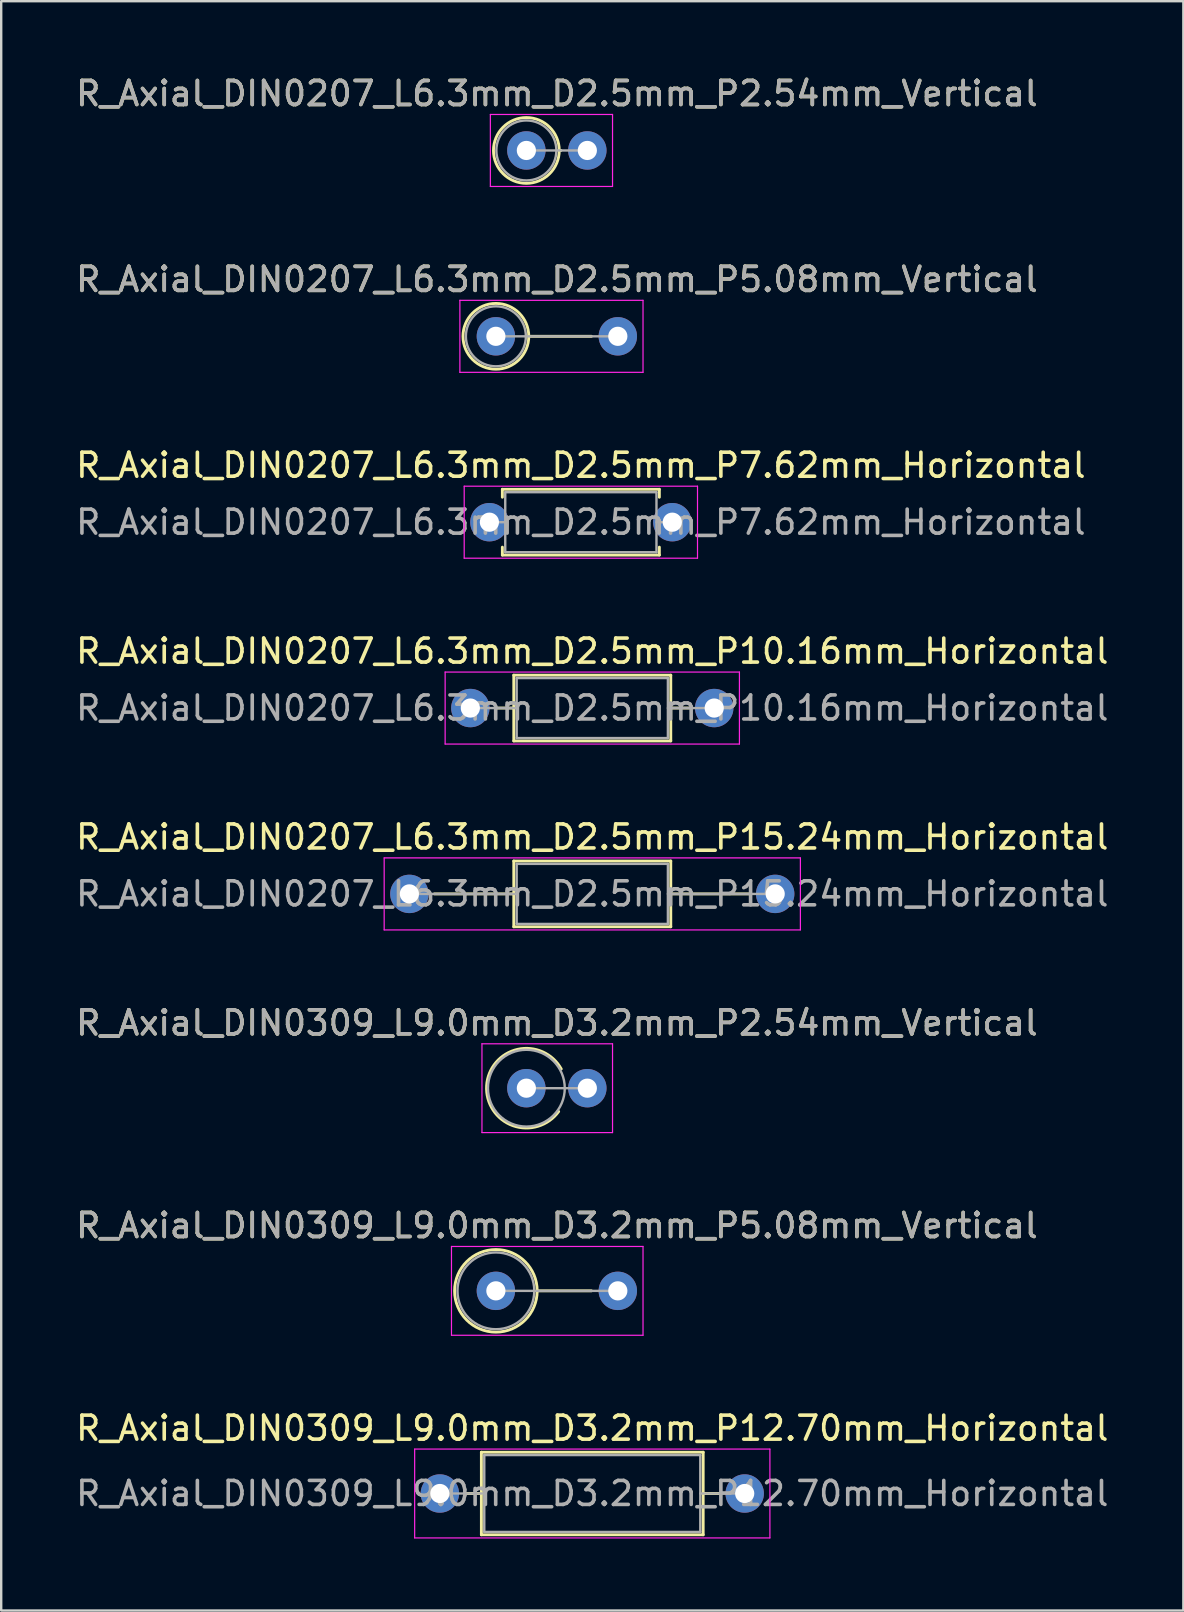
<source format=kicad_pcb>
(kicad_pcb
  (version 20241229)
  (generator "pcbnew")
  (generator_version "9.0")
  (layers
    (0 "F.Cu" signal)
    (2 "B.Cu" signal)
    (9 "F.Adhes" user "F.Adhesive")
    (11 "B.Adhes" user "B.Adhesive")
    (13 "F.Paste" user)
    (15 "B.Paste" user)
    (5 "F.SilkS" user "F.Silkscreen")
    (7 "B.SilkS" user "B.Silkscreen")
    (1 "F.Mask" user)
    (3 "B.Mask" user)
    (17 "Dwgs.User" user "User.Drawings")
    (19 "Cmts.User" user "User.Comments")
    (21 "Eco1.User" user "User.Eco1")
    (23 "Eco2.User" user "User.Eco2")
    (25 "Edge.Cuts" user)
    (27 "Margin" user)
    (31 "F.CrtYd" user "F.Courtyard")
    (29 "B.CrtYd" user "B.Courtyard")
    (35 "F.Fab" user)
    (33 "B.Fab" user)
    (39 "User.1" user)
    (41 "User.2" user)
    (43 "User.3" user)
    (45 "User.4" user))
  (footprint "R_Axial_DIN0207_L6.3mm_D2.5mm_P7.62mm_Horizontal"
    (layer "F.Cu")
    (at 17.339 18.705)
    (property "Reference" "R_Axial_DIN0207_L6.3mm_D2.5mm_P7.62mm_Horizontal" (at 3.81 -2.37 0) (layer "F.SilkS") (effects (font (size 1 1) (thickness 0.15))))
    (attr through_hole)
    (fp_line (start 0.54 -1.37) (end 7.08 -1.37) (stroke (width 0.12) (type solid)) (layer "F.SilkS"))
    (fp_line (start 0.54 -1.04) (end 0.54 -1.37) (stroke (width 0.12) (type solid)) (layer "F.SilkS"))
    (fp_line (start 0.54 1.04) (end 0.54 1.37) (stroke (width 0.12) (type solid)) (layer "F.SilkS"))
    (fp_line (start 0.54 1.37) (end 7.08 1.37) (stroke (width 0.12) (type solid)) (layer "F.SilkS"))
    (fp_line (start 7.08 -1.37) (end 7.08 -1.04) (stroke (width 0.12) (type solid)) (layer "F.SilkS"))
    (fp_line (start 7.08 1.37) (end 7.08 1.04) (stroke (width 0.12) (type solid)) (layer "F.SilkS"))
    (fp_line (start -1.05 -1.5) (end -1.05 1.5) (stroke (width 0.05) (type solid)) (layer "F.CrtYd"))
    (fp_line (start -1.05 1.5) (end 8.67 1.5) (stroke (width 0.05) (type solid)) (layer "F.CrtYd"))
    (fp_line (start 8.67 -1.5) (end -1.05 -1.5) (stroke (width 0.05) (type solid)) (layer "F.CrtYd"))
    (fp_line (start 8.67 1.5) (end 8.67 -1.5) (stroke (width 0.05) (type solid)) (layer "F.CrtYd"))
    (fp_line (start 0 0) (end 0.66 0) (stroke (width 0.1) (type solid)) (layer "F.Fab"))
    (fp_line (start 0.66 -1.25) (end 0.66 1.25) (stroke (width 0.1) (type solid)) (layer "F.Fab"))
    (fp_line (start 0.66 1.25) (end 6.96 1.25) (stroke (width 0.1) (type solid)) (layer "F.Fab"))
    (fp_line (start 6.96 -1.25) (end 0.66 -1.25) (stroke (width 0.1) (type solid)) (layer "F.Fab"))
    (fp_line (start 6.96 1.25) (end 6.96 -1.25) (stroke (width 0.1) (type solid)) (layer "F.Fab"))
    (fp_line (start 7.62 0) (end 6.96 0) (stroke (width 0.1) (type solid)) (layer "F.Fab"))
    (fp_text user "${REFERENCE}" (at 3.81 0 0) (layer "F.Fab") (effects (font (size 1 1) (thickness 0.15))))
    (pad "1" thru_hole circle (at 0 0) (size 1.6 1.6) (drill 0.8) (layers "*.Cu" "*.Mask"))
    (pad "2" thru_hole oval (at 7.62 0) (size 1.6 1.6) (drill 0.8) (layers "*.Cu" "*.Mask")))
  (footprint "R_Axial_DIN0207_L6.3mm_D2.5mm_P2.54mm_Vertical"
    (layer "F.Cu")
    (at 18.879 3.218)
    (property "Reference" "R_Axial_DIN0207_L6.3mm_D2.5mm_P2.54mm_Vertical" (at 1.27 -2.37 0) (layer "F.SilkS") (effects (font (size 1 1) (thickness 0.15))))
    (attr through_hole)
    (fp_line (start 1.37 0) (end 1.44 0) (stroke (width 0.12) (type solid)) (layer "F.SilkS"))
    (fp_circle (center 0 0) (end 1.37 0) (stroke (width 0.12) (type solid)) (fill no) (layer "F.SilkS"))
    (fp_line (start -1.5 -1.5) (end -1.5 1.5) (stroke (width 0.05) (type solid)) (layer "F.CrtYd"))
    (fp_line (start -1.5 1.5) (end 3.59 1.5) (stroke (width 0.05) (type solid)) (layer "F.CrtYd"))
    (fp_line (start 3.59 -1.5) (end -1.5 -1.5) (stroke (width 0.05) (type solid)) (layer "F.CrtYd"))
    (fp_line (start 3.59 1.5) (end 3.59 -1.5) (stroke (width 0.05) (type solid)) (layer "F.CrtYd"))
    (fp_line (start 0 0) (end 2.54 0) (stroke (width 0.1) (type solid)) (layer "F.Fab"))
    (fp_circle (center 0 0) (end 1.25 0) (stroke (width 0.1) (type solid)) (fill no) (layer "F.Fab"))
    (fp_text user "${REFERENCE}" (at 1.27 -2.37 0) (layer "F.Fab") (effects (font (size 1 1) (thickness 0.15))))
    (pad "1" thru_hole circle (at 0 0) (size 1.6 1.6) (drill 0.8) (layers "*.Cu" "*.Mask"))
    (pad "2" thru_hole oval (at 2.54 0) (size 1.6 1.6) (drill 0.8) (layers "*.Cu" "*.Mask")))
  (footprint "R_Axial_DIN0207_L6.3mm_D2.5mm_P5.08mm_Vertical"
    (layer "F.Cu")
    (at 17.609 10.961)
    (property "Reference" "R_Axial_DIN0207_L6.3mm_D2.5mm_P5.08mm_Vertical" (at 2.54 -2.37 0) (layer "F.SilkS") (effects (font (size 1 1) (thickness 0.15))))
    (attr through_hole)
    (fp_line (start 1.37 0) (end 3.98 0) (stroke (width 0.12) (type solid)) (layer "F.SilkS"))
    (fp_circle (center 0 0) (end 1.37 0) (stroke (width 0.12) (type solid)) (fill no) (layer "F.SilkS"))
    (fp_line (start -1.5 -1.5) (end -1.5 1.5) (stroke (width 0.05) (type solid)) (layer "F.CrtYd"))
    (fp_line (start -1.5 1.5) (end 6.13 1.5) (stroke (width 0.05) (type solid)) (layer "F.CrtYd"))
    (fp_line (start 6.13 -1.5) (end -1.5 -1.5) (stroke (width 0.05) (type solid)) (layer "F.CrtYd"))
    (fp_line (start 6.13 1.5) (end 6.13 -1.5) (stroke (width 0.05) (type solid)) (layer "F.CrtYd"))
    (fp_line (start 0 0) (end 5.08 0) (stroke (width 0.1) (type solid)) (layer "F.Fab"))
    (fp_circle (center 0 0) (end 1.25 0) (stroke (width 0.1) (type solid)) (fill no) (layer "F.Fab"))
    (fp_text user "${REFERENCE}" (at 2.54 -2.37 0) (layer "F.Fab") (effects (font (size 1 1) (thickness 0.15))))
    (pad "1" thru_hole circle (at 0 0) (size 1.6 1.6) (drill 0.8) (layers "*.Cu" "*.Mask"))
    (pad "2" thru_hole oval (at 5.08 0) (size 1.6 1.6) (drill 0.8) (layers "*.Cu" "*.Mask")))
  (footprint "R_Axial_DIN0309_L9.0mm_D3.2mm_P12.70mm_Horizontal"
    (layer "F.Cu")
    (at 15.275 59.171)
    (property "Reference" "R_Axial_DIN0309_L9.0mm_D3.2mm_P12.70mm_Horizontal" (at 6.35 -2.72 0) (layer "F.SilkS") (effects (font (size 1 1) (thickness 0.15))))
    (attr through_hole)
    (fp_line (start 1.04 0) (end 1.73 0) (stroke (width 0.12) (type solid)) (layer "F.SilkS"))
    (fp_line (start 1.73 -1.72) (end 1.73 1.72) (stroke (width 0.12) (type solid)) (layer "F.SilkS"))
    (fp_line (start 1.73 1.72) (end 10.97 1.72) (stroke (width 0.12) (type solid)) (layer "F.SilkS"))
    (fp_line (start 10.97 -1.72) (end 1.73 -1.72) (stroke (width 0.12) (type solid)) (layer "F.SilkS"))
    (fp_line (start 10.97 1.72) (end 10.97 -1.72) (stroke (width 0.12) (type solid)) (layer "F.SilkS"))
    (fp_line (start 11.66 0) (end 10.97 0) (stroke (width 0.12) (type solid)) (layer "F.SilkS"))
    (fp_line (start -1.05 -1.85) (end -1.05 1.85) (stroke (width 0.05) (type solid)) (layer "F.CrtYd"))
    (fp_line (start -1.05 1.85) (end 13.75 1.85) (stroke (width 0.05) (type solid)) (layer "F.CrtYd"))
    (fp_line (start 13.75 -1.85) (end -1.05 -1.85) (stroke (width 0.05) (type solid)) (layer "F.CrtYd"))
    (fp_line (start 13.75 1.85) (end 13.75 -1.85) (stroke (width 0.05) (type solid)) (layer "F.CrtYd"))
    (fp_line (start 0 0) (end 1.85 0) (stroke (width 0.1) (type solid)) (layer "F.Fab"))
    (fp_line (start 1.85 -1.6) (end 1.85 1.6) (stroke (width 0.1) (type solid)) (layer "F.Fab"))
    (fp_line (start 1.85 1.6) (end 10.85 1.6) (stroke (width 0.1) (type solid)) (layer "F.Fab"))
    (fp_line (start 10.85 -1.6) (end 1.85 -1.6) (stroke (width 0.1) (type solid)) (layer "F.Fab"))
    (fp_line (start 10.85 1.6) (end 10.85 -1.6) (stroke (width 0.1) (type solid)) (layer "F.Fab"))
    (fp_line (start 12.7 0) (end 10.85 0) (stroke (width 0.1) (type solid)) (layer "F.Fab"))
    (fp_text user "${REFERENCE}" (at 6.35 0 0) (layer "F.Fab") (effects (font (size 1 1) (thickness 0.15))))
    (pad "1" thru_hole circle (at 0 0) (size 1.6 1.6) (drill 0.8) (layers "*.Cu" "*.Mask"))
    (pad "2" thru_hole oval (at 12.7 0) (size 1.6 1.6) (drill 0.8) (layers "*.Cu" "*.Mask")))
  (footprint "R_Axial_DIN0309_L9.0mm_D3.2mm_P2.54mm_Vertical"
    (layer "F.Cu")
    (at 18.879 42.285)
    (property "Reference" "R_Axial_DIN0309_L9.0mm_D3.2mm_P2.54mm_Vertical" (at 1.27 -2.72 0) (layer "F.SilkS") (effects (font (size 1 1) (thickness 0.15))))
    (attr through_hole)
    (fp_arc (start 1.344775 0.97138) (mid -1.655812 -0.101418) (end 1.453272 -0.8) (stroke (width 0.12) (type solid)) (layer "F.SilkS"))
    (fp_line (start -1.85 -1.85) (end -1.85 1.85) (stroke (width 0.05) (type solid)) (layer "F.CrtYd"))
    (fp_line (start -1.85 1.85) (end 3.59 1.85) (stroke (width 0.05) (type solid)) (layer "F.CrtYd"))
    (fp_line (start 3.59 -1.85) (end -1.85 -1.85) (stroke (width 0.05) (type solid)) (layer "F.CrtYd"))
    (fp_line (start 3.59 1.85) (end 3.59 -1.85) (stroke (width 0.05) (type solid)) (layer "F.CrtYd"))
    (fp_line (start 0 0) (end 2.54 0) (stroke (width 0.1) (type solid)) (layer "F.Fab"))
    (fp_circle (center 0 0) (end 1.6 0) (stroke (width 0.1) (type solid)) (fill no) (layer "F.Fab"))
    (fp_text user "${REFERENCE}" (at 1.27 -2.72 0) (layer "F.Fab") (effects (font (size 1 1) (thickness 0.15))))
    (pad "1" thru_hole circle (at 0 0) (size 1.6 1.6) (drill 0.8) (layers "*.Cu" "*.Mask"))
    (pad "2" thru_hole oval (at 2.54 0) (size 1.6 1.6) (drill 0.8) (layers "*.Cu" "*.Mask")))
  (footprint "R_Axial_DIN0309_L9.0mm_D3.2mm_P5.08mm_Vertical"
    (layer "F.Cu")
    (at 17.609 50.728)
    (property "Reference" "R_Axial_DIN0309_L9.0mm_D3.2mm_P5.08mm_Vertical" (at 2.54 -2.72 0) (layer "F.SilkS") (effects (font (size 1 1) (thickness 0.15))))
    (attr through_hole)
    (fp_line (start 1.72 0) (end 3.98 0) (stroke (width 0.12) (type solid)) (layer "F.SilkS"))
    (fp_circle (center 0 0) (end 1.72 0) (stroke (width 0.12) (type solid)) (fill no) (layer "F.SilkS"))
    (fp_line (start -1.85 -1.85) (end -1.85 1.85) (stroke (width 0.05) (type solid)) (layer "F.CrtYd"))
    (fp_line (start -1.85 1.85) (end 6.13 1.85) (stroke (width 0.05) (type solid)) (layer "F.CrtYd"))
    (fp_line (start 6.13 -1.85) (end -1.85 -1.85) (stroke (width 0.05) (type solid)) (layer "F.CrtYd"))
    (fp_line (start 6.13 1.85) (end 6.13 -1.85) (stroke (width 0.05) (type solid)) (layer "F.CrtYd"))
    (fp_line (start 0 0) (end 5.08 0) (stroke (width 0.1) (type solid)) (layer "F.Fab"))
    (fp_circle (center 0 0) (end 1.6 0) (stroke (width 0.1) (type solid)) (fill no) (layer "F.Fab"))
    (fp_text user "${REFERENCE}" (at 2.54 -2.72 0) (layer "F.Fab") (effects (font (size 1 1) (thickness 0.15))))
    (pad "1" thru_hole circle (at 0 0) (size 1.6 1.6) (drill 0.8) (layers "*.Cu" "*.Mask"))
    (pad "2" thru_hole oval (at 5.08 0) (size 1.6 1.6) (drill 0.8) (layers "*.Cu" "*.Mask")))
  (footprint "R_Axial_DIN0207_L6.3mm_D2.5mm_P10.16mm_Horizontal"
    (layer "F.Cu")
    (at 16.545 26.448)
    (property "Reference" "R_Axial_DIN0207_L6.3mm_D2.5mm_P10.16mm_Horizontal" (at 5.08 -2.37 0) (layer "F.SilkS") (effects (font (size 1 1) (thickness 0.15))))
    (attr through_hole)
    (fp_line (start 1.04 0) (end 1.81 0) (stroke (width 0.12) (type solid)) (layer "F.SilkS"))
    (fp_line (start 1.81 -1.37) (end 1.81 1.37) (stroke (width 0.12) (type solid)) (layer "F.SilkS"))
    (fp_line (start 1.81 1.37) (end 8.35 1.37) (stroke (width 0.12) (type solid)) (layer "F.SilkS"))
    (fp_line (start 8.35 -1.37) (end 1.81 -1.37) (stroke (width 0.12) (type solid)) (layer "F.SilkS"))
    (fp_line (start 8.35 1.37) (end 8.35 -1.37) (stroke (width 0.12) (type solid)) (layer "F.SilkS"))
    (fp_line (start 9.12 0) (end 8.35 0) (stroke (width 0.12) (type solid)) (layer "F.SilkS"))
    (fp_line (start -1.05 -1.5) (end -1.05 1.5) (stroke (width 0.05) (type solid)) (layer "F.CrtYd"))
    (fp_line (start -1.05 1.5) (end 11.21 1.5) (stroke (width 0.05) (type solid)) (layer "F.CrtYd"))
    (fp_line (start 11.21 -1.5) (end -1.05 -1.5) (stroke (width 0.05) (type solid)) (layer "F.CrtYd"))
    (fp_line (start 11.21 1.5) (end 11.21 -1.5) (stroke (width 0.05) (type solid)) (layer "F.CrtYd"))
    (fp_line (start 0 0) (end 1.93 0) (stroke (width 0.1) (type solid)) (layer "F.Fab"))
    (fp_line (start 1.93 -1.25) (end 1.93 1.25) (stroke (width 0.1) (type solid)) (layer "F.Fab"))
    (fp_line (start 1.93 1.25) (end 8.23 1.25) (stroke (width 0.1) (type solid)) (layer "F.Fab"))
    (fp_line (start 8.23 -1.25) (end 1.93 -1.25) (stroke (width 0.1) (type solid)) (layer "F.Fab"))
    (fp_line (start 8.23 1.25) (end 8.23 -1.25) (stroke (width 0.1) (type solid)) (layer "F.Fab"))
    (fp_line (start 10.16 0) (end 8.23 0) (stroke (width 0.1) (type solid)) (layer "F.Fab"))
    (fp_text user "${REFERENCE}" (at 5.08 0 0) (layer "F.Fab") (effects (font (size 1 1) (thickness 0.15))))
    (pad "1" thru_hole circle (at 0 0) (size 1.6 1.6) (drill 0.8) (layers "*.Cu" "*.Mask"))
    (pad "2" thru_hole oval (at 10.16 0) (size 1.6 1.6) (drill 0.8) (layers "*.Cu" "*.Mask")))
  (footprint "R_Axial_DIN0207_L6.3mm_D2.5mm_P15.24mm_Horizontal"
    (layer "F.Cu")
    (at 14.005 34.191)
    (property "Reference" "R_Axial_DIN0207_L6.3mm_D2.5mm_P15.24mm_Horizontal" (at 7.62 -2.37 0) (layer "F.SilkS") (effects (font (size 1 1) (thickness 0.15))))
    (attr through_hole)
    (fp_line (start 1.04 0) (end 4.35 0) (stroke (width 0.12) (type solid)) (layer "F.SilkS"))
    (fp_line (start 4.35 -1.37) (end 4.35 1.37) (stroke (width 0.12) (type solid)) (layer "F.SilkS"))
    (fp_line (start 4.35 1.37) (end 10.89 1.37) (stroke (width 0.12) (type solid)) (layer "F.SilkS"))
    (fp_line (start 10.89 -1.37) (end 4.35 -1.37) (stroke (width 0.12) (type solid)) (layer "F.SilkS"))
    (fp_line (start 10.89 1.37) (end 10.89 -1.37) (stroke (width 0.12) (type solid)) (layer "F.SilkS"))
    (fp_line (start 14.2 0) (end 10.89 0) (stroke (width 0.12) (type solid)) (layer "F.SilkS"))
    (fp_line (start -1.05 -1.5) (end -1.05 1.5) (stroke (width 0.05) (type solid)) (layer "F.CrtYd"))
    (fp_line (start -1.05 1.5) (end 16.29 1.5) (stroke (width 0.05) (type solid)) (layer "F.CrtYd"))
    (fp_line (start 16.29 -1.5) (end -1.05 -1.5) (stroke (width 0.05) (type solid)) (layer "F.CrtYd"))
    (fp_line (start 16.29 1.5) (end 16.29 -1.5) (stroke (width 0.05) (type solid)) (layer "F.CrtYd"))
    (fp_line (start 0 0) (end 4.47 0) (stroke (width 0.1) (type solid)) (layer "F.Fab"))
    (fp_line (start 4.47 -1.25) (end 4.47 1.25) (stroke (width 0.1) (type solid)) (layer "F.Fab"))
    (fp_line (start 4.47 1.25) (end 10.77 1.25) (stroke (width 0.1) (type solid)) (layer "F.Fab"))
    (fp_line (start 10.77 -1.25) (end 4.47 -1.25) (stroke (width 0.1) (type solid)) (layer "F.Fab"))
    (fp_line (start 10.77 1.25) (end 10.77 -1.25) (stroke (width 0.1) (type solid)) (layer "F.Fab"))
    (fp_line (start 15.24 0) (end 10.77 0) (stroke (width 0.1) (type solid)) (layer "F.Fab"))
    (fp_text user "${REFERENCE}" (at 7.62 0 0) (layer "F.Fab") (effects (font (size 1 1) (thickness 0.15))))
    (pad "1" thru_hole circle (at 0 0) (size 1.6 1.6) (drill 0.8) (layers "*.Cu" "*.Mask"))
    (pad "2" thru_hole oval (at 15.24 0) (size 1.6 1.6) (drill 0.8) (layers "*.Cu" "*.Mask")))
  (gr_rect
    (start -3 -3)
    (end 46.25 64.046)
    (stroke (width 0.1) (type default))
    (fill no)
    (layer "Edge.Cuts")))
</source>
